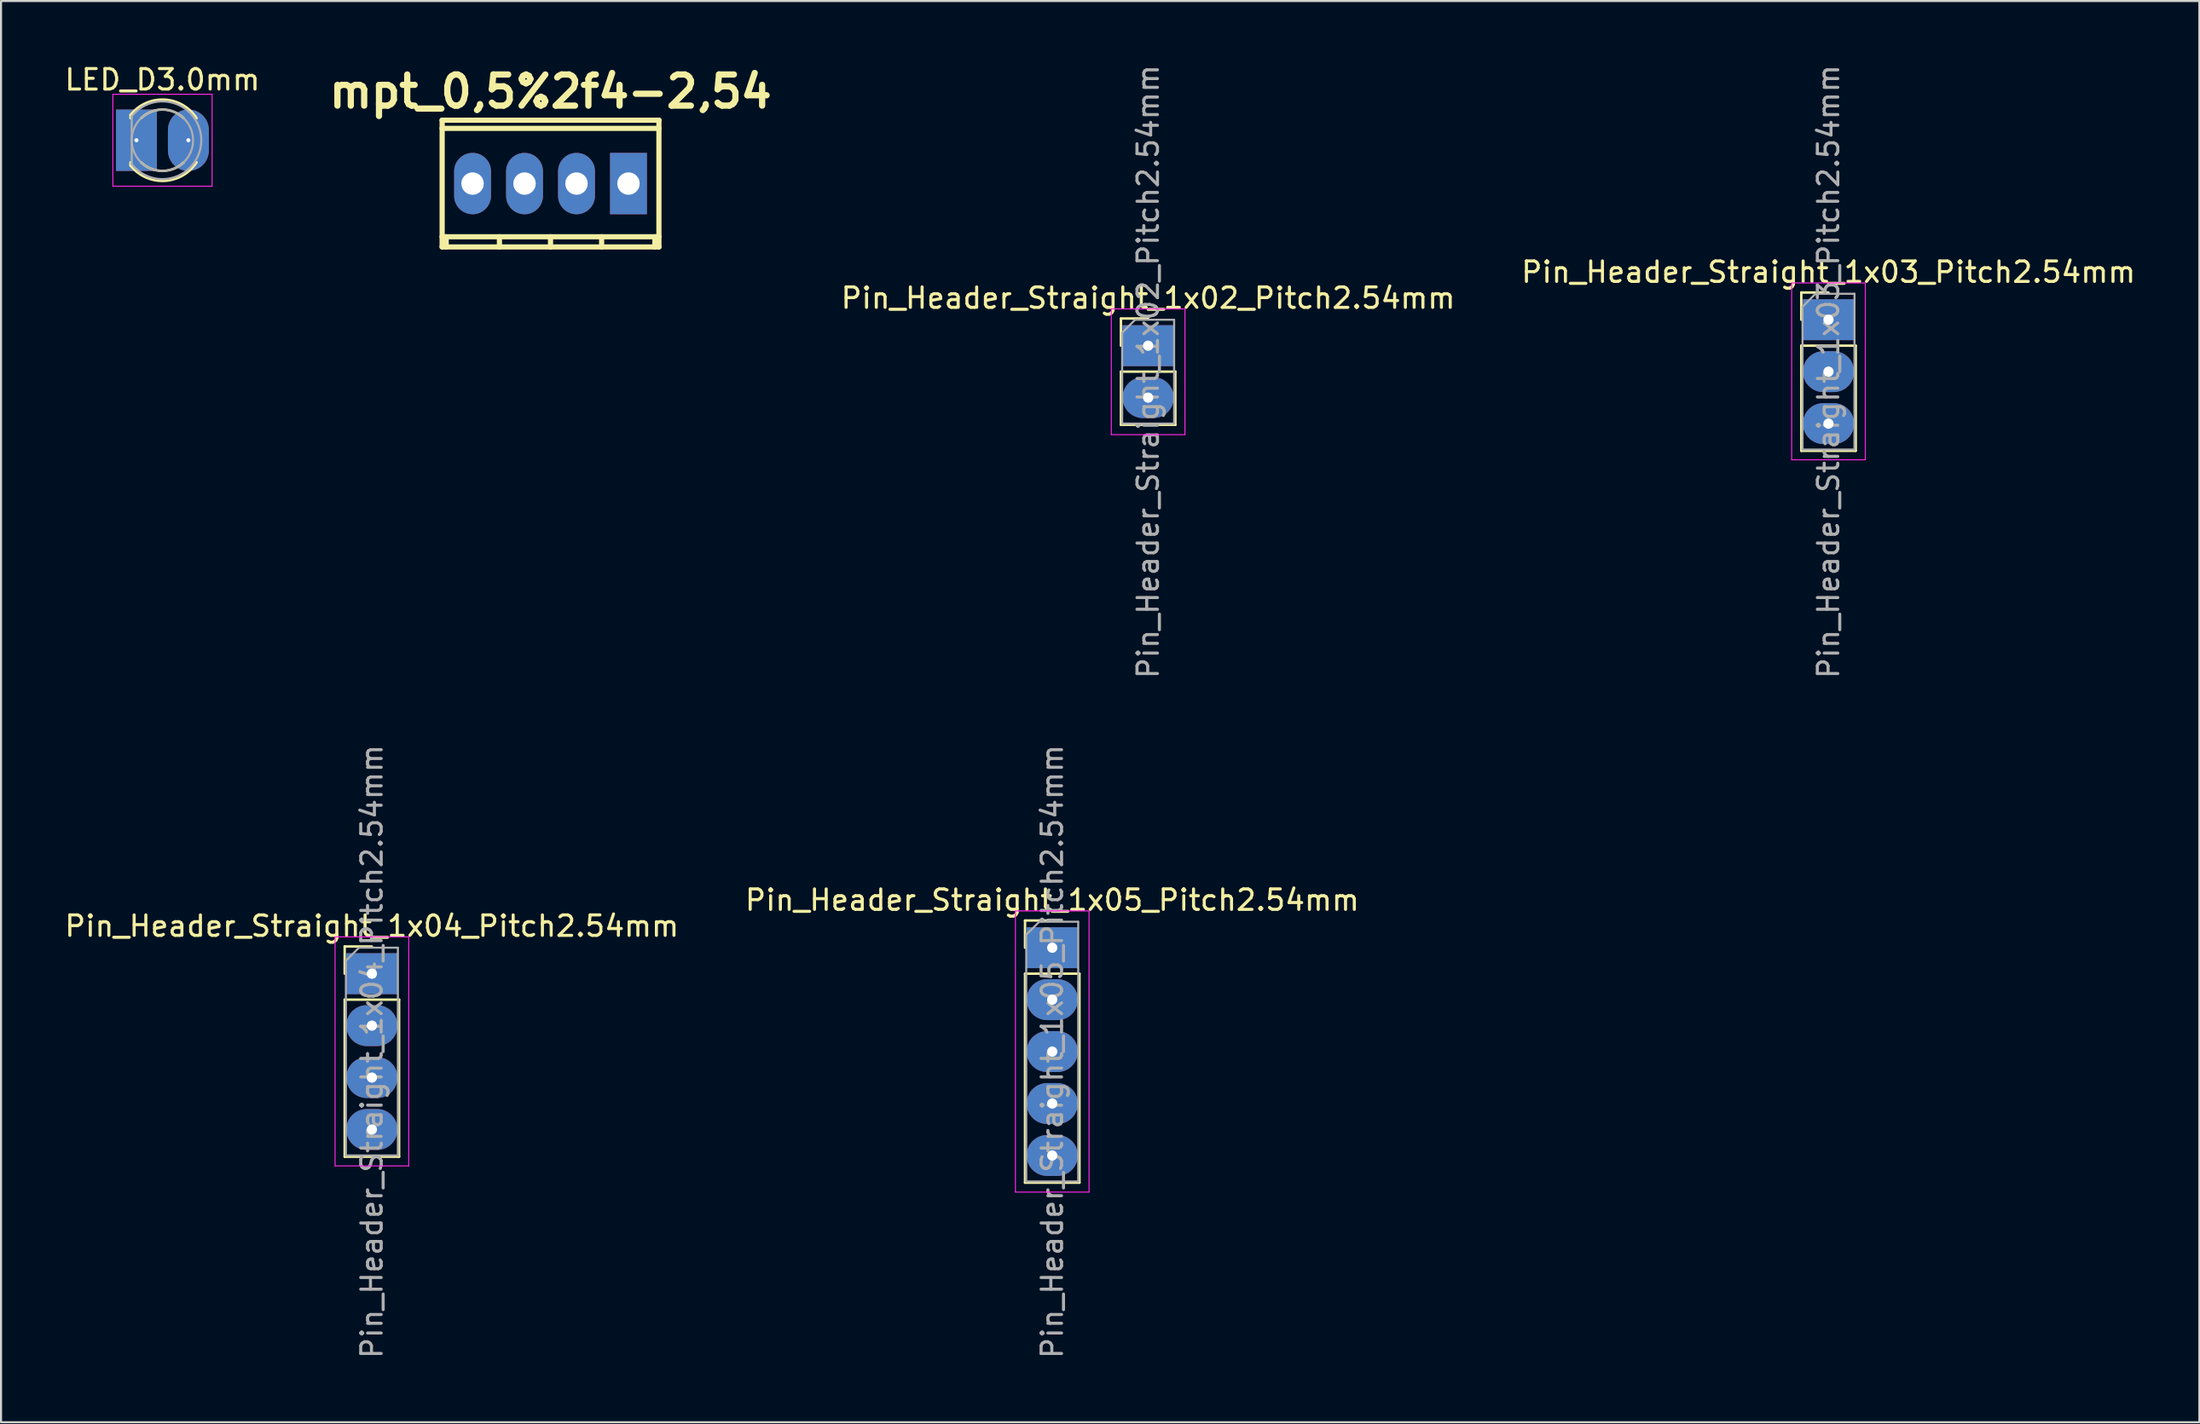
<source format=kicad_pcb>
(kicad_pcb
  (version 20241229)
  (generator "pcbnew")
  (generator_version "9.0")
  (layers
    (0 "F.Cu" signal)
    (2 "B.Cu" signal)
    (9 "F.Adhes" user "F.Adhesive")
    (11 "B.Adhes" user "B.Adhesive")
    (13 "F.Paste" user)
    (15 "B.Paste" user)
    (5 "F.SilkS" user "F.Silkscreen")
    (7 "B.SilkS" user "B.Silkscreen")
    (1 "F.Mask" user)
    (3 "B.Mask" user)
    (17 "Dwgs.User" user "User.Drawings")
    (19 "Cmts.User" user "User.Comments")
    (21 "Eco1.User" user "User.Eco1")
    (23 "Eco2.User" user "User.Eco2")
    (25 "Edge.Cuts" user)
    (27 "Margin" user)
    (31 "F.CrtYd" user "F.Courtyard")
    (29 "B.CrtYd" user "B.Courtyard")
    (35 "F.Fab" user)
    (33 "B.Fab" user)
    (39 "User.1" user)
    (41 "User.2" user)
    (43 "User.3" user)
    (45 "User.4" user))
  (footprint "Pin_Header_Straight_1x04_Pitch2.54mm"
    (layer "F.Cu")
    (at 15.125 44.565)
    (property "Reference" "Pin_Header_Straight_1x04_Pitch2.54mm" (at 0 -2.33 0) (layer "F.SilkS") (effects (font (size 1 1) (thickness 0.15))))
    (attr through_hole)
    (fp_line (start -1.33 -1.33) (end 0 -1.33) (stroke (width 0.12) (type solid)) (layer "F.SilkS"))
    (fp_line (start -1.33 0) (end -1.33 -1.33) (stroke (width 0.12) (type solid)) (layer "F.SilkS"))
    (fp_line (start -1.33 1.27) (end -1.33 8.95) (stroke (width 0.12) (type solid)) (layer "F.SilkS"))
    (fp_line (start -1.33 1.27) (end 1.33 1.27) (stroke (width 0.12) (type solid)) (layer "F.SilkS"))
    (fp_line (start -1.33 8.95) (end 1.33 8.95) (stroke (width 0.12) (type solid)) (layer "F.SilkS"))
    (fp_line (start 1.33 1.27) (end 1.33 8.95) (stroke (width 0.12) (type solid)) (layer "F.SilkS"))
    (fp_line (start -1.8 -1.8) (end -1.8 9.4) (stroke (width 0.05) (type solid)) (layer "F.CrtYd"))
    (fp_line (start -1.8 9.4) (end 1.8 9.4) (stroke (width 0.05) (type solid)) (layer "F.CrtYd"))
    (fp_line (start 1.8 -1.8) (end -1.8 -1.8) (stroke (width 0.05) (type solid)) (layer "F.CrtYd"))
    (fp_line (start 1.8 9.4) (end 1.8 -1.8) (stroke (width 0.05) (type solid)) (layer "F.CrtYd"))
    (fp_line (start -1.27 -0.635) (end -0.635 -1.27) (stroke (width 0.1) (type solid)) (layer "F.Fab"))
    (fp_line (start -1.27 8.89) (end -1.27 -0.635) (stroke (width 0.1) (type solid)) (layer "F.Fab"))
    (fp_line (start -0.635 -1.27) (end 1.27 -1.27) (stroke (width 0.1) (type solid)) (layer "F.Fab"))
    (fp_line (start 1.27 -1.27) (end 1.27 8.89) (stroke (width 0.1) (type solid)) (layer "F.Fab"))
    (fp_line (start 1.27 8.89) (end -1.27 8.89) (stroke (width 0.1) (type solid)) (layer "F.Fab"))
    (fp_text user "${REFERENCE}" (at 0 3.81 90) (layer "F.Fab") (effects (font (size 1 1) (thickness 0.15))))
    (pad "1" thru_hole rect (at 0 0) (size 2.5 2) (drill 0.5) (layers "*.Cu" "*.Mask"))
    (pad "2" thru_hole oval (at 0 2.54) (size 2.5 2) (drill 0.5) (layers "*.Cu" "*.Mask"))
    (pad "3" thru_hole oval (at 0 5.08) (size 2.5 2) (drill 0.5) (layers "*.Cu" "*.Mask"))
    (pad "4" thru_hole oval (at 0 7.62) (size 2.5 2) (drill 0.5) (layers "*.Cu" "*.Mask")))
  (footprint "mpt_0,5%2f4-2,54"
    (layer "F.Cu")
    (at 23.855 5.927)
    (property "Reference" "mpt_0,5%2f4-2,54" (at 0 -4.501 0) (layer "F.SilkS") (effects (font (size 1.524 1.524) (thickness 0.305))))
    (attr through_hole)
    (fp_line (start -5.301 -2.7) (end 5.301 -2.7) (stroke (width 0.254) (type solid)) (layer "F.SilkS"))
    (fp_line (start -5.301 2.601) (end 5.301 2.601) (stroke (width 0.254) (type solid)) (layer "F.SilkS"))
    (fp_line (start -5.296 -3.099) (end -5.296 3.099) (stroke (width 0.254) (type solid)) (layer "F.SilkS"))
    (fp_line (start -5.098 3.099) (end -5.098 2.601) (stroke (width 0.254) (type solid)) (layer "F.SilkS"))
    (fp_line (start -2.497 3.099) (end -2.497 2.601) (stroke (width 0.254) (type solid)) (layer "F.SilkS"))
    (fp_line (start 0 2.601) (end 0 3.099) (stroke (width 0.254) (type solid)) (layer "F.SilkS"))
    (fp_line (start 2.497 2.601) (end 2.497 3.099) (stroke (width 0.254) (type solid)) (layer "F.SilkS"))
    (fp_line (start 5.1 2.601) (end 5.1 3.099) (stroke (width 0.254) (type solid)) (layer "F.SilkS"))
    (fp_line (start 5.298 3.099) (end 5.298 -3.099) (stroke (width 0.254) (type solid)) (layer "F.SilkS"))
    (fp_line (start 5.301 -3.099) (end -5.301 -3.099) (stroke (width 0.254) (type solid)) (layer "F.SilkS"))
    (fp_line (start 5.301 3.099) (end -5.301 3.099) (stroke (width 0.254) (type solid)) (layer "F.SilkS"))
    (pad "1" thru_hole rect (at 3.81 0) (size 1.8 3) (drill 1.097) (layers "*.Cu" "*.Mask"))
    (pad "2" thru_hole oval (at 1.27 0) (size 1.8 3) (drill 1.097) (layers "*.Cu" "*.Mask"))
    (pad "3" thru_hole oval (at -1.27 0) (size 1.8 3) (drill 1.097) (layers "*.Cu" "*.Mask"))
    (pad "4" thru_hole oval (at -3.81 0) (size 1.8 3) (drill 1.097) (layers "*.Cu" "*.Mask")))
  (footprint "Pin_Header_Straight_1x05_Pitch2.54mm"
    (layer "F.Cu")
    (at 48.375 43.295)
    (property "Reference" "Pin_Header_Straight_1x05_Pitch2.54mm" (at 0 -2.33 0) (layer "F.SilkS") (effects (font (size 1 1) (thickness 0.15))))
    (attr through_hole)
    (fp_line (start -1.33 -1.33) (end 0 -1.33) (stroke (width 0.12) (type solid)) (layer "F.SilkS"))
    (fp_line (start -1.33 0) (end -1.33 -1.33) (stroke (width 0.12) (type solid)) (layer "F.SilkS"))
    (fp_line (start -1.33 1.27) (end -1.33 11.49) (stroke (width 0.12) (type solid)) (layer "F.SilkS"))
    (fp_line (start -1.33 1.27) (end 1.33 1.27) (stroke (width 0.12) (type solid)) (layer "F.SilkS"))
    (fp_line (start -1.33 11.49) (end 1.33 11.49) (stroke (width 0.12) (type solid)) (layer "F.SilkS"))
    (fp_line (start 1.33 1.27) (end 1.33 11.49) (stroke (width 0.12) (type solid)) (layer "F.SilkS"))
    (fp_line (start -1.8 -1.8) (end -1.8 11.95) (stroke (width 0.05) (type solid)) (layer "F.CrtYd"))
    (fp_line (start -1.8 11.95) (end 1.8 11.95) (stroke (width 0.05) (type solid)) (layer "F.CrtYd"))
    (fp_line (start 1.8 -1.8) (end -1.8 -1.8) (stroke (width 0.05) (type solid)) (layer "F.CrtYd"))
    (fp_line (start 1.8 11.95) (end 1.8 -1.8) (stroke (width 0.05) (type solid)) (layer "F.CrtYd"))
    (fp_line (start -1.27 -0.635) (end -0.635 -1.27) (stroke (width 0.1) (type solid)) (layer "F.Fab"))
    (fp_line (start -1.27 11.43) (end -1.27 -0.635) (stroke (width 0.1) (type solid)) (layer "F.Fab"))
    (fp_line (start -0.635 -1.27) (end 1.27 -1.27) (stroke (width 0.1) (type solid)) (layer "F.Fab"))
    (fp_line (start 1.27 -1.27) (end 1.27 11.43) (stroke (width 0.1) (type solid)) (layer "F.Fab"))
    (fp_line (start 1.27 11.43) (end -1.27 11.43) (stroke (width 0.1) (type solid)) (layer "F.Fab"))
    (fp_text user "${REFERENCE}" (at 0 5.08 90) (layer "F.Fab") (effects (font (size 1 1) (thickness 0.15))))
    (pad "1" thru_hole rect (at 0 0) (size 2.5 2) (drill 0.5) (layers "*.Cu" "*.Mask"))
    (pad "2" thru_hole oval (at 0 2.54) (size 2.5 2) (drill 0.5) (layers "*.Cu" "*.Mask"))
    (pad "3" thru_hole oval (at 0 5.08) (size 2.5 2) (drill 0.5) (layers "*.Cu" "*.Mask"))
    (pad "4" thru_hole oval (at 0 7.62) (size 2.5 2) (drill 0.5) (layers "*.Cu" "*.Mask"))
    (pad "5" thru_hole oval (at 0 10.16) (size 2.5 2) (drill 0.5) (layers "*.Cu" "*.Mask")))
  (footprint "Pin_Header_Straight_1x03_Pitch2.54mm"
    (layer "F.Cu")
    (at 86.312 12.585)
    (property "Reference" "Pin_Header_Straight_1x03_Pitch2.54mm" (at 0 -2.33 0) (layer "F.SilkS") (effects (font (size 1 1) (thickness 0.15))))
    (attr through_hole)
    (fp_line (start -1.33 -1.33) (end 0 -1.33) (stroke (width 0.12) (type solid)) (layer "F.SilkS"))
    (fp_line (start -1.33 0) (end -1.33 -1.33) (stroke (width 0.12) (type solid)) (layer "F.SilkS"))
    (fp_line (start -1.33 1.27) (end -1.33 6.41) (stroke (width 0.12) (type solid)) (layer "F.SilkS"))
    (fp_line (start -1.33 1.27) (end 1.33 1.27) (stroke (width 0.12) (type solid)) (layer "F.SilkS"))
    (fp_line (start -1.33 6.41) (end 1.33 6.41) (stroke (width 0.12) (type solid)) (layer "F.SilkS"))
    (fp_line (start 1.33 1.27) (end 1.33 6.41) (stroke (width 0.12) (type solid)) (layer "F.SilkS"))
    (fp_line (start -1.8 -1.8) (end -1.8 6.85) (stroke (width 0.05) (type solid)) (layer "F.CrtYd"))
    (fp_line (start -1.8 6.85) (end 1.8 6.85) (stroke (width 0.05) (type solid)) (layer "F.CrtYd"))
    (fp_line (start 1.8 -1.8) (end -1.8 -1.8) (stroke (width 0.05) (type solid)) (layer "F.CrtYd"))
    (fp_line (start 1.8 6.85) (end 1.8 -1.8) (stroke (width 0.05) (type solid)) (layer "F.CrtYd"))
    (fp_line (start -1.27 -0.635) (end -0.635 -1.27) (stroke (width 0.1) (type solid)) (layer "F.Fab"))
    (fp_line (start -1.27 6.35) (end -1.27 -0.635) (stroke (width 0.1) (type solid)) (layer "F.Fab"))
    (fp_line (start -0.635 -1.27) (end 1.27 -1.27) (stroke (width 0.1) (type solid)) (layer "F.Fab"))
    (fp_line (start 1.27 -1.27) (end 1.27 6.35) (stroke (width 0.1) (type solid)) (layer "F.Fab"))
    (fp_line (start 1.27 6.35) (end -1.27 6.35) (stroke (width 0.1) (type solid)) (layer "F.Fab"))
    (fp_text user "${REFERENCE}" (at 0 2.54 90) (layer "F.Fab") (effects (font (size 1 1) (thickness 0.15))))
    (pad "1" thru_hole rect (at 0 0) (size 2.5 2) (drill 0.5) (layers "*.Cu" "*.Mask"))
    (pad "2" thru_hole oval (at 0 2.54) (size 2.5 2) (drill 0.5) (layers "*.Cu" "*.Mask"))
    (pad "3" thru_hole oval (at 0 5.08) (size 2.5 2) (drill 0.5) (layers "*.Cu" "*.Mask")))
  (footprint "LED_D3.0mm"
    (layer "F.Cu")
    (at 3.617 3.808)
    (property "Reference" "LED_D3.0mm" (at 1.27 -2.96 0) (layer "F.SilkS") (effects (font (size 1 1) (thickness 0.15))))
    (attr through_hole)
    (fp_line (start -0.29 -1.236) (end -0.29 -1.08) (stroke (width 0.12) (type solid)) (layer "F.SilkS"))
    (fp_line (start -0.29 1.08) (end -0.29 1.236) (stroke (width 0.12) (type solid)) (layer "F.SilkS"))
    (fp_arc (start -0.29 -1.235516) (mid 1.366487 -1.987659) (end 2.942335 -1.078608) (stroke (width 0.12) (type solid)) (layer "F.SilkS"))
    (fp_arc (start 0.229039 -1.08) (mid 1.270117 -1.5) (end 2.31113 -1.079837) (stroke (width 0.12) (type solid)) (layer "F.SilkS"))
    (fp_arc (start 2.31113 1.079837) (mid 1.270117 1.5) (end 0.229039 1.08) (stroke (width 0.12) (type solid)) (layer "F.SilkS"))
    (fp_arc (start 2.942335 1.078608) (mid 1.366487 1.987659) (end -0.29 1.235516) (stroke (width 0.12) (type solid)) (layer "F.SilkS"))
    (fp_line (start -1.15 -2.25) (end -1.15 2.25) (stroke (width 0.05) (type solid)) (layer "F.CrtYd"))
    (fp_line (start -1.15 2.25) (end 3.7 2.25) (stroke (width 0.05) (type solid)) (layer "F.CrtYd"))
    (fp_line (start 3.7 -2.25) (end -1.15 -2.25) (stroke (width 0.05) (type solid)) (layer "F.CrtYd"))
    (fp_line (start 3.7 2.25) (end 3.7 -2.25) (stroke (width 0.05) (type solid)) (layer "F.CrtYd"))
    (fp_line (start -0.23 -1.166) (end -0.23 1.166) (stroke (width 0.1) (type solid)) (layer "F.Fab"))
    (fp_arc (start -0.23 -1.16619) (mid 3.17 0.000452) (end -0.230555 1.165476) (stroke (width 0.1) (type solid)) (layer "F.Fab"))
    (fp_circle (center 1.27 0) (end 2.77 0) (stroke (width 0.1) (type solid)) (fill no) (layer "F.Fab"))
    (pad "1" thru_hole rect (at 0 0) (size 2 3) (drill 0.2) (layers "*.Cu" "*.Mask"))
    (pad "2" thru_hole oval (at 2.54 0) (size 2 3) (drill 0.2) (layers "*.Cu" "*.Mask")))
  (footprint "Pin_Header_Straight_1x02_Pitch2.54mm"
    (layer "F.Cu")
    (at 53.062 13.855)
    (property "Reference" "Pin_Header_Straight_1x02_Pitch2.54mm" (at 0 -2.33 0) (layer "F.SilkS") (effects (font (size 1 1) (thickness 0.15))))
    (attr through_hole)
    (fp_line (start -1.33 -1.33) (end 0 -1.33) (stroke (width 0.12) (type solid)) (layer "F.SilkS"))
    (fp_line (start -1.33 0) (end -1.33 -1.33) (stroke (width 0.12) (type solid)) (layer "F.SilkS"))
    (fp_line (start -1.33 1.27) (end -1.33 3.87) (stroke (width 0.12) (type solid)) (layer "F.SilkS"))
    (fp_line (start -1.33 1.27) (end 1.33 1.27) (stroke (width 0.12) (type solid)) (layer "F.SilkS"))
    (fp_line (start -1.33 3.87) (end 1.33 3.87) (stroke (width 0.12) (type solid)) (layer "F.SilkS"))
    (fp_line (start 1.33 1.27) (end 1.33 3.87) (stroke (width 0.12) (type solid)) (layer "F.SilkS"))
    (fp_line (start -1.8 -1.8) (end -1.8 4.35) (stroke (width 0.05) (type solid)) (layer "F.CrtYd"))
    (fp_line (start -1.8 4.35) (end 1.8 4.35) (stroke (width 0.05) (type solid)) (layer "F.CrtYd"))
    (fp_line (start 1.8 -1.8) (end -1.8 -1.8) (stroke (width 0.05) (type solid)) (layer "F.CrtYd"))
    (fp_line (start 1.8 4.35) (end 1.8 -1.8) (stroke (width 0.05) (type solid)) (layer "F.CrtYd"))
    (fp_line (start -1.27 -0.635) (end -0.635 -1.27) (stroke (width 0.1) (type solid)) (layer "F.Fab"))
    (fp_line (start -1.27 3.81) (end -1.27 -0.635) (stroke (width 0.1) (type solid)) (layer "F.Fab"))
    (fp_line (start -0.635 -1.27) (end 1.27 -1.27) (stroke (width 0.1) (type solid)) (layer "F.Fab"))
    (fp_line (start 1.27 -1.27) (end 1.27 3.81) (stroke (width 0.1) (type solid)) (layer "F.Fab"))
    (fp_line (start 1.27 3.81) (end -1.27 3.81) (stroke (width 0.1) (type solid)) (layer "F.Fab"))
    (fp_text user "${REFERENCE}" (at 0 1.27 90) (layer "F.Fab") (effects (font (size 1 1) (thickness 0.15))))
    (pad "1" thru_hole rect (at 0 0) (size 2.5 2) (drill 0.5) (layers "*.Cu" "*.Mask"))
    (pad "2" thru_hole oval (at 0 2.54) (size 2.5 2) (drill 0.5) (layers "*.Cu" "*.Mask")))
  (gr_rect
    (start -3 -3)
    (end 104.437 66.5)
    (stroke (width 0.1) (type default))
    (fill no)
    (layer "Edge.Cuts")))
</source>
